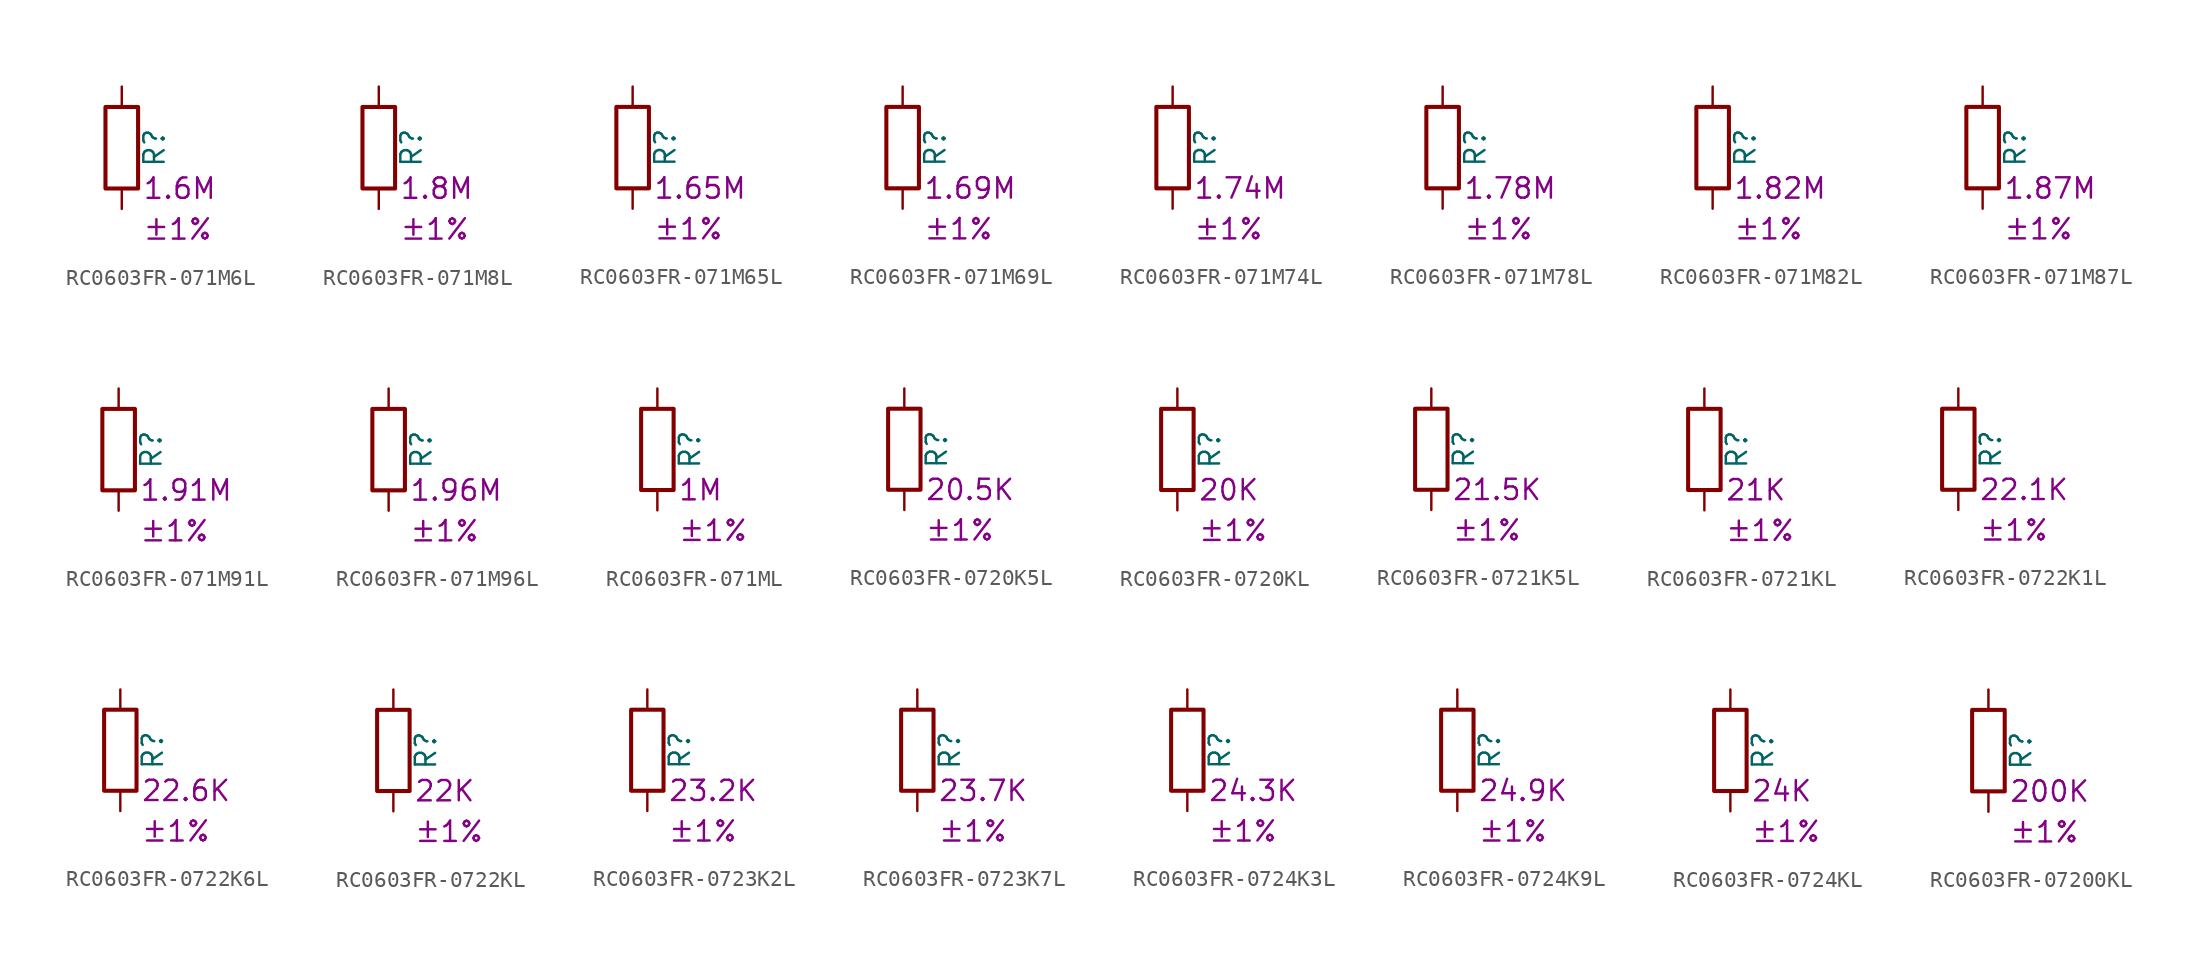
<source format=kicad_sym>
(kicad_symbol_lib
  (version 20220914)
  (generator kicad_symbol_editor)
  (symbol "RC0603FR-071M6L"
    (pin_numbers hide)
    (pin_names
      (offset 0))
    (property "Reference" "R"
      (at 2.032 0 90)
      (effects (font (size 1.27 1.27))))
    (property "Resistance" "1.6M"
      (at 1.27 -2.54 0)
      (effects (font (size 1.27 1.27)) (justify left)))
    (property "Tolerance" "±1%"
      (at 1.27 -5.08 0)
      (effects (font (size 1.27 1.27)) (justify left)))
    (symbol "RC0603FR-071M6L_0_1"
      (rectangle (start -1.016 -2.54) (end 1.016 2.54) (stroke (width 0.254) (type default)) (fill (type none))))
    (symbol "RC0603FR-071M6L_1_1"
      (pin passive line (at 0 3.81 270) (length 1.27) (name "~" (effects (font (size 1.27 1.27)))) (number "1" (effects (font (size 1.27 1.27)))))
      (pin passive line (at 0 -3.81 90) (length 1.27) (name "~" (effects (font (size 1.27 1.27)))) (number "2" (effects (font (size 1.27 1.27)))))))
  (symbol "RC0603FR-071M8L"
    (pin_numbers hide)
    (pin_names
      (offset 0))
    (property "Reference" "R"
      (at 2.032 0 90)
      (effects (font (size 1.27 1.27))))
    (property "Resistance" "1.8M"
      (at 1.27 -2.54 0)
      (effects (font (size 1.27 1.27)) (justify left)))
    (property "Tolerance" "±1%"
      (at 1.27 -5.08 0)
      (effects (font (size 1.27 1.27)) (justify left)))
    (symbol "RC0603FR-071M8L_0_1"
      (rectangle (start -1.016 -2.54) (end 1.016 2.54) (stroke (width 0.254) (type default)) (fill (type none))))
    (symbol "RC0603FR-071M8L_1_1"
      (pin passive line (at 0 3.81 270) (length 1.27) (name "~" (effects (font (size 1.27 1.27)))) (number "1" (effects (font (size 1.27 1.27)))))
      (pin passive line (at 0 -3.81 90) (length 1.27) (name "~" (effects (font (size 1.27 1.27)))) (number "2" (effects (font (size 1.27 1.27)))))))
  (symbol "RC0603FR-071M65L"
    (pin_numbers hide)
    (pin_names
      (offset 0))
    (property "Reference" "R"
      (at 2.032 0 90)
      (effects (font (size 1.27 1.27))))
    (property "Resistance" "1.65M"
      (at 1.27 -2.54 0)
      (effects (font (size 1.27 1.27)) (justify left)))
    (property "Tolerance" "±1%"
      (at 1.27 -5.08 0)
      (effects (font (size 1.27 1.27)) (justify left)))
    (symbol "RC0603FR-071M65L_0_1"
      (rectangle (start -1.016 -2.54) (end 1.016 2.54) (stroke (width 0.254) (type default)) (fill (type none))))
    (symbol "RC0603FR-071M65L_1_1"
      (pin passive line (at 0 3.81 270) (length 1.27) (name "~" (effects (font (size 1.27 1.27)))) (number "1" (effects (font (size 1.27 1.27)))))
      (pin passive line (at 0 -3.81 90) (length 1.27) (name "~" (effects (font (size 1.27 1.27)))) (number "2" (effects (font (size 1.27 1.27)))))))
  (symbol "RC0603FR-071M69L"
    (pin_numbers hide)
    (pin_names
      (offset 0))
    (property "Reference" "R"
      (at 2.032 0 90)
      (effects (font (size 1.27 1.27))))
    (property "Resistance" "1.69M"
      (at 1.27 -2.54 0)
      (effects (font (size 1.27 1.27)) (justify left)))
    (property "Tolerance" "±1%"
      (at 1.27 -5.08 0)
      (effects (font (size 1.27 1.27)) (justify left)))
    (symbol "RC0603FR-071M69L_0_1"
      (rectangle (start -1.016 -2.54) (end 1.016 2.54) (stroke (width 0.254) (type default)) (fill (type none))))
    (symbol "RC0603FR-071M69L_1_1"
      (pin passive line (at 0 3.81 270) (length 1.27) (name "~" (effects (font (size 1.27 1.27)))) (number "1" (effects (font (size 1.27 1.27)))))
      (pin passive line (at 0 -3.81 90) (length 1.27) (name "~" (effects (font (size 1.27 1.27)))) (number "2" (effects (font (size 1.27 1.27)))))))
  (symbol "RC0603FR-071M74L"
    (pin_numbers hide)
    (pin_names
      (offset 0))
    (property "Reference" "R"
      (at 2.032 0 90)
      (effects (font (size 1.27 1.27))))
    (property "Resistance" "1.74M"
      (at 1.27 -2.54 0)
      (effects (font (size 1.27 1.27)) (justify left)))
    (property "Tolerance" "±1%"
      (at 1.27 -5.08 0)
      (effects (font (size 1.27 1.27)) (justify left)))
    (symbol "RC0603FR-071M74L_0_1"
      (rectangle (start -1.016 -2.54) (end 1.016 2.54) (stroke (width 0.254) (type default)) (fill (type none))))
    (symbol "RC0603FR-071M74L_1_1"
      (pin passive line (at 0 3.81 270) (length 1.27) (name "~" (effects (font (size 1.27 1.27)))) (number "1" (effects (font (size 1.27 1.27)))))
      (pin passive line (at 0 -3.81 90) (length 1.27) (name "~" (effects (font (size 1.27 1.27)))) (number "2" (effects (font (size 1.27 1.27)))))))
  (symbol "RC0603FR-071M78L"
    (pin_numbers hide)
    (pin_names
      (offset 0))
    (property "Reference" "R"
      (at 2.032 0 90)
      (effects (font (size 1.27 1.27))))
    (property "Resistance" "1.78M"
      (at 1.27 -2.54 0)
      (effects (font (size 1.27 1.27)) (justify left)))
    (property "Tolerance" "±1%"
      (at 1.27 -5.08 0)
      (effects (font (size 1.27 1.27)) (justify left)))
    (symbol "RC0603FR-071M78L_0_1"
      (rectangle (start -1.016 -2.54) (end 1.016 2.54) (stroke (width 0.254) (type default)) (fill (type none))))
    (symbol "RC0603FR-071M78L_1_1"
      (pin passive line (at 0 3.81 270) (length 1.27) (name "~" (effects (font (size 1.27 1.27)))) (number "1" (effects (font (size 1.27 1.27)))))
      (pin passive line (at 0 -3.81 90) (length 1.27) (name "~" (effects (font (size 1.27 1.27)))) (number "2" (effects (font (size 1.27 1.27)))))))
  (symbol "RC0603FR-071M82L"
    (pin_numbers hide)
    (pin_names
      (offset 0))
    (property "Reference" "R"
      (at 2.032 0 90)
      (effects (font (size 1.27 1.27))))
    (property "Resistance" "1.82M"
      (at 1.27 -2.54 0)
      (effects (font (size 1.27 1.27)) (justify left)))
    (property "Tolerance" "±1%"
      (at 1.27 -5.08 0)
      (effects (font (size 1.27 1.27)) (justify left)))
    (symbol "RC0603FR-071M82L_0_1"
      (rectangle (start -1.016 -2.54) (end 1.016 2.54) (stroke (width 0.254) (type default)) (fill (type none))))
    (symbol "RC0603FR-071M82L_1_1"
      (pin passive line (at 0 3.81 270) (length 1.27) (name "~" (effects (font (size 1.27 1.27)))) (number "1" (effects (font (size 1.27 1.27)))))
      (pin passive line (at 0 -3.81 90) (length 1.27) (name "~" (effects (font (size 1.27 1.27)))) (number "2" (effects (font (size 1.27 1.27)))))))
  (symbol "RC0603FR-071M87L"
    (pin_numbers hide)
    (pin_names
      (offset 0))
    (property "Reference" "R"
      (at 2.032 0 90)
      (effects (font (size 1.27 1.27))))
    (property "Resistance" "1.87M"
      (at 1.27 -2.54 0)
      (effects (font (size 1.27 1.27)) (justify left)))
    (property "Tolerance" "±1%"
      (at 1.27 -5.08 0)
      (effects (font (size 1.27 1.27)) (justify left)))
    (symbol "RC0603FR-071M87L_0_1"
      (rectangle (start -1.016 -2.54) (end 1.016 2.54) (stroke (width 0.254) (type default)) (fill (type none))))
    (symbol "RC0603FR-071M87L_1_1"
      (pin passive line (at 0 3.81 270) (length 1.27) (name "~" (effects (font (size 1.27 1.27)))) (number "1" (effects (font (size 1.27 1.27)))))
      (pin passive line (at 0 -3.81 90) (length 1.27) (name "~" (effects (font (size 1.27 1.27)))) (number "2" (effects (font (size 1.27 1.27)))))))
  (symbol "RC0603FR-071M91L"
    (pin_numbers hide)
    (pin_names
      (offset 0))
    (property "Reference" "R"
      (at 2.032 0 90)
      (effects (font (size 1.27 1.27))))
    (property "Resistance" "1.91M"
      (at 1.27 -2.54 0)
      (effects (font (size 1.27 1.27)) (justify left)))
    (property "Tolerance" "±1%"
      (at 1.27 -5.08 0)
      (effects (font (size 1.27 1.27)) (justify left)))
    (symbol "RC0603FR-071M91L_0_1"
      (rectangle (start -1.016 -2.54) (end 1.016 2.54) (stroke (width 0.254) (type default)) (fill (type none))))
    (symbol "RC0603FR-071M91L_1_1"
      (pin passive line (at 0 3.81 270) (length 1.27) (name "~" (effects (font (size 1.27 1.27)))) (number "1" (effects (font (size 1.27 1.27)))))
      (pin passive line (at 0 -3.81 90) (length 1.27) (name "~" (effects (font (size 1.27 1.27)))) (number "2" (effects (font (size 1.27 1.27)))))))
  (symbol "RC0603FR-071M96L"
    (pin_numbers hide)
    (pin_names
      (offset 0))
    (property "Reference" "R"
      (at 2.032 0 90)
      (effects (font (size 1.27 1.27))))
    (property "Resistance" "1.96M"
      (at 1.27 -2.54 0)
      (effects (font (size 1.27 1.27)) (justify left)))
    (property "Tolerance" "±1%"
      (at 1.27 -5.08 0)
      (effects (font (size 1.27 1.27)) (justify left)))
    (symbol "RC0603FR-071M96L_0_1"
      (rectangle (start -1.016 -2.54) (end 1.016 2.54) (stroke (width 0.254) (type default)) (fill (type none))))
    (symbol "RC0603FR-071M96L_1_1"
      (pin passive line (at 0 3.81 270) (length 1.27) (name "~" (effects (font (size 1.27 1.27)))) (number "1" (effects (font (size 1.27 1.27)))))
      (pin passive line (at 0 -3.81 90) (length 1.27) (name "~" (effects (font (size 1.27 1.27)))) (number "2" (effects (font (size 1.27 1.27)))))))
  (symbol "RC0603FR-071ML"
    (pin_numbers hide)
    (pin_names
      (offset 0))
    (property "Reference" "R"
      (at 2.032 0 90)
      (effects (font (size 1.27 1.27))))
    (property "Resistance" "1M"
      (at 1.27 -2.54 0)
      (effects (font (size 1.27 1.27)) (justify left)))
    (property "Tolerance" "±1%"
      (at 1.27 -5.08 0)
      (effects (font (size 1.27 1.27)) (justify left)))
    (symbol "RC0603FR-071ML_0_1"
      (rectangle (start -1.016 -2.54) (end 1.016 2.54) (stroke (width 0.254) (type default)) (fill (type none))))
    (symbol "RC0603FR-071ML_1_1"
      (pin passive line (at 0 3.81 270) (length 1.27) (name "~" (effects (font (size 1.27 1.27)))) (number "1" (effects (font (size 1.27 1.27)))))
      (pin passive line (at 0 -3.81 90) (length 1.27) (name "~" (effects (font (size 1.27 1.27)))) (number "2" (effects (font (size 1.27 1.27)))))))
  (symbol "RC0603FR-0720K5L"
    (pin_numbers hide)
    (pin_names
      (offset 0))
    (property "Reference" "R"
      (at 2.032 0 90)
      (effects (font (size 1.27 1.27))))
    (property "Resistance" "20.5K"
      (at 1.27 -2.54 0)
      (effects (font (size 1.27 1.27)) (justify left)))
    (property "Tolerance" "±1%"
      (at 1.27 -5.08 0)
      (effects (font (size 1.27 1.27)) (justify left)))
    (symbol "RC0603FR-0720K5L_0_1"
      (rectangle (start -1.016 -2.54) (end 1.016 2.54) (stroke (width 0.254) (type default)) (fill (type none))))
    (symbol "RC0603FR-0720K5L_1_1"
      (pin passive line (at 0 3.81 270) (length 1.27) (name "~" (effects (font (size 1.27 1.27)))) (number "1" (effects (font (size 1.27 1.27)))))
      (pin passive line (at 0 -3.81 90) (length 1.27) (name "~" (effects (font (size 1.27 1.27)))) (number "2" (effects (font (size 1.27 1.27)))))))
  (symbol "RC0603FR-0720KL"
    (pin_numbers hide)
    (pin_names
      (offset 0))
    (property "Reference" "R"
      (at 2.032 0 90)
      (effects (font (size 1.27 1.27))))
    (property "Resistance" "20K"
      (at 1.27 -2.54 0)
      (effects (font (size 1.27 1.27)) (justify left)))
    (property "Tolerance" "±1%"
      (at 1.27 -5.08 0)
      (effects (font (size 1.27 1.27)) (justify left)))
    (symbol "RC0603FR-0720KL_0_1"
      (rectangle (start -1.016 -2.54) (end 1.016 2.54) (stroke (width 0.254) (type default)) (fill (type none))))
    (symbol "RC0603FR-0720KL_1_1"
      (pin passive line (at 0 3.81 270) (length 1.27) (name "~" (effects (font (size 1.27 1.27)))) (number "1" (effects (font (size 1.27 1.27)))))
      (pin passive line (at 0 -3.81 90) (length 1.27) (name "~" (effects (font (size 1.27 1.27)))) (number "2" (effects (font (size 1.27 1.27)))))))
  (symbol "RC0603FR-0721K5L"
    (pin_numbers hide)
    (pin_names
      (offset 0))
    (property "Reference" "R"
      (at 2.032 0 90)
      (effects (font (size 1.27 1.27))))
    (property "Resistance" "21.5K"
      (at 1.27 -2.54 0)
      (effects (font (size 1.27 1.27)) (justify left)))
    (property "Tolerance" "±1%"
      (at 1.27 -5.08 0)
      (effects (font (size 1.27 1.27)) (justify left)))
    (symbol "RC0603FR-0721K5L_0_1"
      (rectangle (start -1.016 -2.54) (end 1.016 2.54) (stroke (width 0.254) (type default)) (fill (type none))))
    (symbol "RC0603FR-0721K5L_1_1"
      (pin passive line (at 0 3.81 270) (length 1.27) (name "~" (effects (font (size 1.27 1.27)))) (number "1" (effects (font (size 1.27 1.27)))))
      (pin passive line (at 0 -3.81 90) (length 1.27) (name "~" (effects (font (size 1.27 1.27)))) (number "2" (effects (font (size 1.27 1.27)))))))
  (symbol "RC0603FR-0721KL"
    (pin_numbers hide)
    (pin_names
      (offset 0))
    (property "Reference" "R"
      (at 2.032 0 90)
      (effects (font (size 1.27 1.27))))
    (property "Resistance" "21K"
      (at 1.27 -2.54 0)
      (effects (font (size 1.27 1.27)) (justify left)))
    (property "Tolerance" "±1%"
      (at 1.27 -5.08 0)
      (effects (font (size 1.27 1.27)) (justify left)))
    (symbol "RC0603FR-0721KL_0_1"
      (rectangle (start -1.016 -2.54) (end 1.016 2.54) (stroke (width 0.254) (type default)) (fill (type none))))
    (symbol "RC0603FR-0721KL_1_1"
      (pin passive line (at 0 3.81 270) (length 1.27) (name "~" (effects (font (size 1.27 1.27)))) (number "1" (effects (font (size 1.27 1.27)))))
      (pin passive line (at 0 -3.81 90) (length 1.27) (name "~" (effects (font (size 1.27 1.27)))) (number "2" (effects (font (size 1.27 1.27)))))))
  (symbol "RC0603FR-0722K1L"
    (pin_numbers hide)
    (pin_names
      (offset 0))
    (property "Reference" "R"
      (at 2.032 0 90)
      (effects (font (size 1.27 1.27))))
    (property "Resistance" "22.1K"
      (at 1.27 -2.54 0)
      (effects (font (size 1.27 1.27)) (justify left)))
    (property "Tolerance" "±1%"
      (at 1.27 -5.08 0)
      (effects (font (size 1.27 1.27)) (justify left)))
    (symbol "RC0603FR-0722K1L_0_1"
      (rectangle (start -1.016 -2.54) (end 1.016 2.54) (stroke (width 0.254) (type default)) (fill (type none))))
    (symbol "RC0603FR-0722K1L_1_1"
      (pin passive line (at 0 3.81 270) (length 1.27) (name "~" (effects (font (size 1.27 1.27)))) (number "1" (effects (font (size 1.27 1.27)))))
      (pin passive line (at 0 -3.81 90) (length 1.27) (name "~" (effects (font (size 1.27 1.27)))) (number "2" (effects (font (size 1.27 1.27)))))))
  (symbol "RC0603FR-0722K6L"
    (pin_numbers hide)
    (pin_names
      (offset 0))
    (property "Reference" "R"
      (at 2.032 0 90)
      (effects (font (size 1.27 1.27))))
    (property "Resistance" "22.6K"
      (at 1.27 -2.54 0)
      (effects (font (size 1.27 1.27)) (justify left)))
    (property "Tolerance" "±1%"
      (at 1.27 -5.08 0)
      (effects (font (size 1.27 1.27)) (justify left)))
    (symbol "RC0603FR-0722K6L_0_1"
      (rectangle (start -1.016 -2.54) (end 1.016 2.54) (stroke (width 0.254) (type default)) (fill (type none))))
    (symbol "RC0603FR-0722K6L_1_1"
      (pin passive line (at 0 3.81 270) (length 1.27) (name "~" (effects (font (size 1.27 1.27)))) (number "1" (effects (font (size 1.27 1.27)))))
      (pin passive line (at 0 -3.81 90) (length 1.27) (name "~" (effects (font (size 1.27 1.27)))) (number "2" (effects (font (size 1.27 1.27)))))))
  (symbol "RC0603FR-0722KL"
    (pin_numbers hide)
    (pin_names
      (offset 0))
    (property "Reference" "R"
      (at 2.032 0 90)
      (effects (font (size 1.27 1.27))))
    (property "Resistance" "22K"
      (at 1.27 -2.54 0)
      (effects (font (size 1.27 1.27)) (justify left)))
    (property "Tolerance" "±1%"
      (at 1.27 -5.08 0)
      (effects (font (size 1.27 1.27)) (justify left)))
    (symbol "RC0603FR-0722KL_0_1"
      (rectangle (start -1.016 -2.54) (end 1.016 2.54) (stroke (width 0.254) (type default)) (fill (type none))))
    (symbol "RC0603FR-0722KL_1_1"
      (pin passive line (at 0 3.81 270) (length 1.27) (name "~" (effects (font (size 1.27 1.27)))) (number "1" (effects (font (size 1.27 1.27)))))
      (pin passive line (at 0 -3.81 90) (length 1.27) (name "~" (effects (font (size 1.27 1.27)))) (number "2" (effects (font (size 1.27 1.27)))))))
  (symbol "RC0603FR-0723K2L"
    (pin_numbers hide)
    (pin_names
      (offset 0))
    (property "Reference" "R"
      (at 2.032 0 90)
      (effects (font (size 1.27 1.27))))
    (property "Resistance" "23.2K"
      (at 1.27 -2.54 0)
      (effects (font (size 1.27 1.27)) (justify left)))
    (property "Tolerance" "±1%"
      (at 1.27 -5.08 0)
      (effects (font (size 1.27 1.27)) (justify left)))
    (symbol "RC0603FR-0723K2L_0_1"
      (rectangle (start -1.016 -2.54) (end 1.016 2.54) (stroke (width 0.254) (type default)) (fill (type none))))
    (symbol "RC0603FR-0723K2L_1_1"
      (pin passive line (at 0 3.81 270) (length 1.27) (name "~" (effects (font (size 1.27 1.27)))) (number "1" (effects (font (size 1.27 1.27)))))
      (pin passive line (at 0 -3.81 90) (length 1.27) (name "~" (effects (font (size 1.27 1.27)))) (number "2" (effects (font (size 1.27 1.27)))))))
  (symbol "RC0603FR-0723K7L"
    (pin_numbers hide)
    (pin_names
      (offset 0))
    (property "Reference" "R"
      (at 2.032 0 90)
      (effects (font (size 1.27 1.27))))
    (property "Resistance" "23.7K"
      (at 1.27 -2.54 0)
      (effects (font (size 1.27 1.27)) (justify left)))
    (property "Tolerance" "±1%"
      (at 1.27 -5.08 0)
      (effects (font (size 1.27 1.27)) (justify left)))
    (symbol "RC0603FR-0723K7L_0_1"
      (rectangle (start -1.016 -2.54) (end 1.016 2.54) (stroke (width 0.254) (type default)) (fill (type none))))
    (symbol "RC0603FR-0723K7L_1_1"
      (pin passive line (at 0 3.81 270) (length 1.27) (name "~" (effects (font (size 1.27 1.27)))) (number "1" (effects (font (size 1.27 1.27)))))
      (pin passive line (at 0 -3.81 90) (length 1.27) (name "~" (effects (font (size 1.27 1.27)))) (number "2" (effects (font (size 1.27 1.27)))))))
  (symbol "RC0603FR-0724K3L"
    (pin_numbers hide)
    (pin_names
      (offset 0))
    (property "Reference" "R"
      (at 2.032 0 90)
      (effects (font (size 1.27 1.27))))
    (property "Resistance" "24.3K"
      (at 1.27 -2.54 0)
      (effects (font (size 1.27 1.27)) (justify left)))
    (property "Tolerance" "±1%"
      (at 1.27 -5.08 0)
      (effects (font (size 1.27 1.27)) (justify left)))
    (symbol "RC0603FR-0724K3L_0_1"
      (rectangle (start -1.016 -2.54) (end 1.016 2.54) (stroke (width 0.254) (type default)) (fill (type none))))
    (symbol "RC0603FR-0724K3L_1_1"
      (pin passive line (at 0 3.81 270) (length 1.27) (name "~" (effects (font (size 1.27 1.27)))) (number "1" (effects (font (size 1.27 1.27)))))
      (pin passive line (at 0 -3.81 90) (length 1.27) (name "~" (effects (font (size 1.27 1.27)))) (number "2" (effects (font (size 1.27 1.27)))))))
  (symbol "RC0603FR-0724K9L"
    (pin_numbers hide)
    (pin_names
      (offset 0))
    (property "Reference" "R"
      (at 2.032 0 90)
      (effects (font (size 1.27 1.27))))
    (property "Resistance" "24.9K"
      (at 1.27 -2.54 0)
      (effects (font (size 1.27 1.27)) (justify left)))
    (property "Tolerance" "±1%"
      (at 1.27 -5.08 0)
      (effects (font (size 1.27 1.27)) (justify left)))
    (symbol "RC0603FR-0724K9L_0_1"
      (rectangle (start -1.016 -2.54) (end 1.016 2.54) (stroke (width 0.254) (type default)) (fill (type none))))
    (symbol "RC0603FR-0724K9L_1_1"
      (pin passive line (at 0 3.81 270) (length 1.27) (name "~" (effects (font (size 1.27 1.27)))) (number "1" (effects (font (size 1.27 1.27)))))
      (pin passive line (at 0 -3.81 90) (length 1.27) (name "~" (effects (font (size 1.27 1.27)))) (number "2" (effects (font (size 1.27 1.27)))))))
  (symbol "RC0603FR-0724KL"
    (pin_numbers hide)
    (pin_names
      (offset 0))
    (property "Reference" "R"
      (at 2.032 0 90)
      (effects (font (size 1.27 1.27))))
    (property "Resistance" "24K"
      (at 1.27 -2.54 0)
      (effects (font (size 1.27 1.27)) (justify left)))
    (property "Tolerance" "±1%"
      (at 1.27 -5.08 0)
      (effects (font (size 1.27 1.27)) (justify left)))
    (symbol "RC0603FR-0724KL_0_1"
      (rectangle (start -1.016 -2.54) (end 1.016 2.54) (stroke (width 0.254) (type default)) (fill (type none))))
    (symbol "RC0603FR-0724KL_1_1"
      (pin passive line (at 0 3.81 270) (length 1.27) (name "~" (effects (font (size 1.27 1.27)))) (number "1" (effects (font (size 1.27 1.27)))))
      (pin passive line (at 0 -3.81 90) (length 1.27) (name "~" (effects (font (size 1.27 1.27)))) (number "2" (effects (font (size 1.27 1.27)))))))
  (symbol "RC0603FR-07200KL"
    (pin_numbers hide)
    (pin_names
      (offset 0))
    (property "Reference" "R"
      (at 2.032 0 90)
      (effects (font (size 1.27 1.27))))
    (property "Resistance" "200K"
      (at 1.27 -2.54 0)
      (effects (font (size 1.27 1.27)) (justify left)))
    (property "Tolerance" "±1%"
      (at 1.27 -5.08 0)
      (effects (font (size 1.27 1.27)) (justify left)))
    (symbol "RC0603FR-07200KL_0_1"
      (rectangle (start -1.016 -2.54) (end 1.016 2.54) (stroke (width 0.254) (type default)) (fill (type none))))
    (symbol "RC0603FR-07200KL_1_1"
      (pin passive line (at 0 3.81 270) (length 1.27) (name "~" (effects (font (size 1.27 1.27)))) (number "1" (effects (font (size 1.27 1.27)))))
      (pin passive line (at 0 -3.81 90) (length 1.27) (name "~" (effects (font (size 1.27 1.27)))) (number "2" (effects (font (size 1.27 1.27))))))))
</source>
